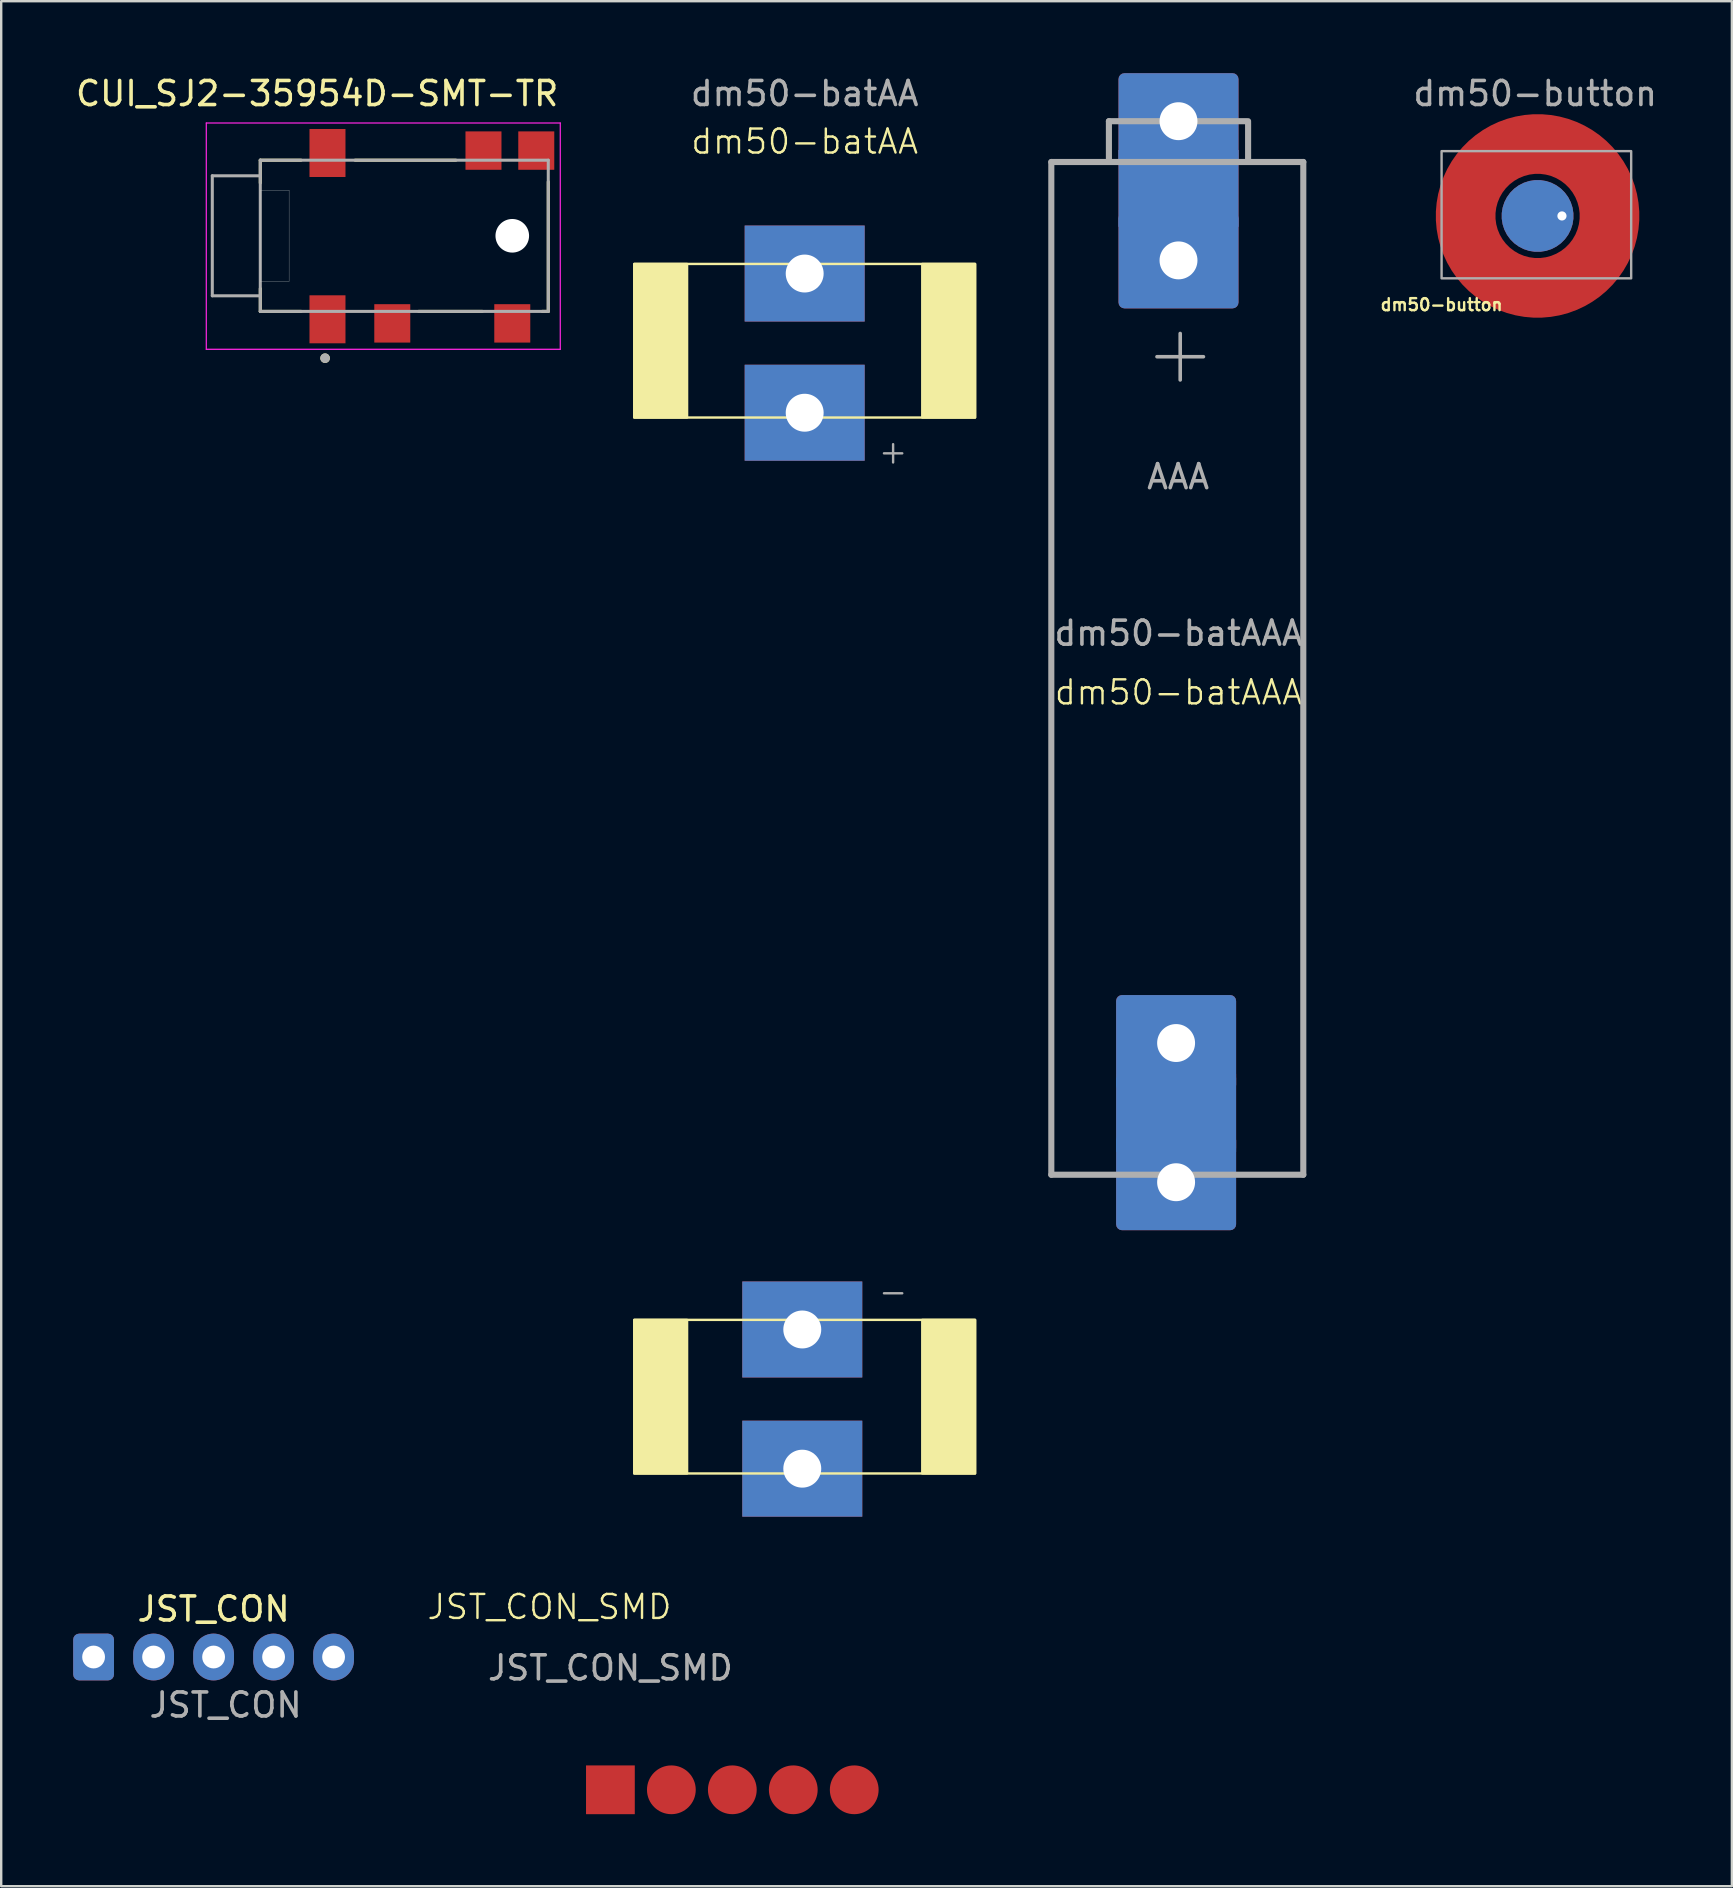
<source format=kicad_pcb>
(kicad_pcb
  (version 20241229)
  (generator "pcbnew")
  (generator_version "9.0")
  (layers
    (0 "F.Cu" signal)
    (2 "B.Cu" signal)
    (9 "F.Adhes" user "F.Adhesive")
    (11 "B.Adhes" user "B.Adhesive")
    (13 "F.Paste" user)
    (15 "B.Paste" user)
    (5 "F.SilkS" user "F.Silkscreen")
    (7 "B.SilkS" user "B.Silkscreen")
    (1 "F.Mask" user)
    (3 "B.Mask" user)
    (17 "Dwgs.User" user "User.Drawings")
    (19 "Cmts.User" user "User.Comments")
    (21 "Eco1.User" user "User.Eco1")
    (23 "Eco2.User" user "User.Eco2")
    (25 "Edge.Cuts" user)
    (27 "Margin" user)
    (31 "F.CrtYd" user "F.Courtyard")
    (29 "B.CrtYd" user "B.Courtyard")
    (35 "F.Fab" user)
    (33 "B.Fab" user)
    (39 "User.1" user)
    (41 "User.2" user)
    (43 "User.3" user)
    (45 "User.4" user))
  (footprint "dm50-button"
    (layer "F.Cu")
    (at 61.019 5.948)
    (property "Reference" "dm50-button" (at -4 3.7 0) (unlocked yes) (layer "F.SilkS") (effects (font (size 0.5 0.5) (thickness 0.1))))
    (attr through_hole)
    (fp_rect (start -4 -2.7) (end 3.9 2.6) (stroke (width 0.1) (type default)) (fill no) (layer "F.Fab"))
    (fp_text user "${REFERENCE}" (at -0.1 -5.1 0) (unlocked yes) (layer "F.Fab") (effects (font (size 1 1) (thickness 0.15))))
    (pad "1" thru_hole custom (at 1.016 0) (size 0.762 0.762) (drill 0.381) (layers "*.Cu" "F.Mask") (options (anchor circle)) (primitives (gr_circle (center -1.016 0) (end 0.381 0) (width 0.2) (fill yes))))
    (pad "2" smd custom (at 0 3.8) (size 0.762 0.762) (layers "F.Cu" "F.Mask") (options (anchor circle)) (primitives (gr_circle (center 0 -3.8) (end 2.997 -3.8) (width 2.489) (fill no)))))
  (footprint "dm50-batAA"
    (layer "F.Cu")
    (at 30.48 8.348)
    (property "Reference" "dm50-batAA" (at 0 -5.5 0) (unlocked yes) (layer "F.SilkS") (effects (font (size 1 1) (thickness 0.1))))
    (attr through_hole)
    (fp_rect (start -7.1 -0.4) (end -4.9 6) (stroke (width 0.1) (type solid)) (fill yes) (layer "F.SilkS"))
    (fp_rect (start -7.1 -0.4) (end 7.1 6) (stroke (width 0.1) (type default)) (fill no) (layer "F.SilkS"))
    (fp_rect (start -7.1 43.6) (end -4.9 50) (stroke (width 0.1) (type solid)) (fill yes) (layer "F.SilkS"))
    (fp_rect (start -7.1 43.6) (end 7.1 50) (stroke (width 0.1) (type default)) (fill no) (layer "F.SilkS"))
    (fp_rect (start 4.9 -0.4) (end 7.1 6) (stroke (width 0.1) (type solid)) (fill yes) (layer "F.SilkS"))
    (fp_rect (start 4.9 43.6) (end 7.1 50) (stroke (width 0.1) (type solid)) (fill yes) (layer "F.SilkS"))
    (fp_text user "${REFERENCE}" (at 0 -7.5 0) (unlocked yes) (layer "F.Fab") (effects (font (size 1 1) (thickness 0.15))))
    (fp_text user "-" (at 3 43 0) (unlocked yes) (layer "F.Fab") (effects (font (size 1 1) (thickness 0.1)) (justify left bottom)))
    (fp_text user "+" (at 3 8 0) (unlocked yes) (layer "F.Fab") (effects (font (size 1 1) (thickness 0.1)) (justify left bottom)))
    (pad "1" thru_hole rect (at 0 0) (size 5 4) (drill 1.58) (layers "*.Cu" "*.Mask"))
    (pad "1" thru_hole rect (at 0 5.8) (size 5 4) (drill 1.58) (layers "*.Cu" "*.Mask"))
    (pad "2" thru_hole rect (at -0.1 44) (size 5 4) (drill 1.58) (layers "*.Cu" "*.Mask"))
    (pad "2" thru_hole rect (at -0.1 49.8) (size 5 4) (drill 1.58) (layers "*.Cu" "*.Mask")))
  (footprint "JST_CON"
    (layer "F.Cu")
    (at 0.85 65.996)
    (property "Reference" "JST_CON" (at 5 -2 0) (layer "F.SilkS") (effects (font (size 1 1) (thickness 0.15))))
    (attr through_hole)
    (fp_text user "${REFERENCE}" (at 5.5 2 0) (layer "F.Fab") (effects (font (size 1 1) (thickness 0.15))))
    (pad "1" thru_hole roundrect (at 0 0) (size 1.7 1.95) (drill 0.95) (layers "*.Cu" "*.Mask") (roundrect_rratio 0.147))
    (pad "2" thru_hole oval (at 2.5 0) (size 1.7 1.95) (drill 0.95) (layers "*.Cu" "*.Mask"))
    (pad "3" thru_hole oval (at 5 0) (size 1.7 1.95) (drill 0.95) (layers "*.Cu" "*.Mask"))
    (pad "4" thru_hole oval (at 7.5 0) (size 1.7 1.95) (drill 0.95) (layers "*.Cu" "*.Mask"))
    (pad "5" thru_hole oval (at 10 0) (size 1.7 1.95) (drill 0.95) (layers "*.Cu" "*.Mask")))
  (footprint "CUI_SJ2-35954D-SMT-TR"
    (layer "F.Cu")
    (at 13.796 6.775)
    (property "Reference" "CUI_SJ2-35954D-SMT-TR" (at -3.631 -5.926 0) (layer "F.SilkS") (effects (font (size 1.002 1.002) (thickness 0.15))))
    (attr smd)
    (fp_line (start -6 -3.15) (end -6 -2.2) (stroke (width 0.127) (type solid)) (layer "F.SilkS"))
    (fp_line (start -6 2.2) (end -6 3.15) (stroke (width 0.127) (type solid)) (layer "F.SilkS"))
    (fp_line (start -6 3.15) (end -4.3 3.15) (stroke (width 0.127) (type solid)) (layer "F.SilkS"))
    (fp_line (start -4.3 -3.15) (end -6 -3.15) (stroke (width 0.127) (type solid)) (layer "F.SilkS"))
    (fp_line (start -2.05 -3.15) (end 2.15 -3.15) (stroke (width 0.127) (type solid)) (layer "F.SilkS"))
    (fp_line (start 0.6 3.15) (end 3.25 3.15) (stroke (width 0.127) (type solid)) (layer "F.SilkS"))
    (fp_line (start 5.75 3.15) (end 6 3.15) (stroke (width 0.127) (type solid)) (layer "F.SilkS"))
    (fp_line (start 6 3.15) (end 6 -2.25) (stroke (width 0.127) (type solid)) (layer "F.SilkS"))
    (fp_circle (center -3.3 5.1) (end -3.2 5.1) (stroke (width 0.2) (type solid)) (fill no) (layer "F.SilkS"))
    (fp_line (start -6 -1.9) (end -4.8 -1.9) (stroke (width 0.01) (type solid)) (layer "Edge.Cuts"))
    (fp_line (start -6 1.9) (end -6 -1.9) (stroke (width 0.01) (type solid)) (layer "Edge.Cuts"))
    (fp_line (start -4.8 -1.9) (end -4.8 1.9) (stroke (width 0.01) (type solid)) (layer "Edge.Cuts"))
    (fp_line (start -4.8 1.9) (end -6 1.9) (stroke (width 0.01) (type solid)) (layer "Edge.Cuts"))
    (fp_line (start -8.25 -4.7) (end 6.5 -4.7) (stroke (width 0.05) (type solid)) (layer "F.CrtYd"))
    (fp_line (start -8.25 4.73) (end -8.25 -4.7) (stroke (width 0.05) (type solid)) (layer "F.CrtYd"))
    (fp_line (start 6.5 -4.7) (end 6.5 4.73) (stroke (width 0.05) (type solid)) (layer "F.CrtYd"))
    (fp_line (start 6.5 4.73) (end -8.25 4.73) (stroke (width 0.05) (type solid)) (layer "F.CrtYd"))
    (fp_line (start -8 -2.5) (end -8 2.5) (stroke (width 0.127) (type solid)) (layer "F.Fab"))
    (fp_line (start -8 2.5) (end -6 2.5) (stroke (width 0.127) (type solid)) (layer "F.Fab"))
    (fp_line (start -6 -3.15) (end 6 -3.15) (stroke (width 0.127) (type solid)) (layer "F.Fab"))
    (fp_line (start -6 -2.5) (end -8 -2.5) (stroke (width 0.127) (type solid)) (layer "F.Fab"))
    (fp_line (start -6 -2.5) (end -6 -3.15) (stroke (width 0.127) (type solid)) (layer "F.Fab"))
    (fp_line (start -6 2.5) (end -6 -2.5) (stroke (width 0.127) (type solid)) (layer "F.Fab"))
    (fp_line (start -6 3.15) (end -6 2.5) (stroke (width 0.127) (type solid)) (layer "F.Fab"))
    (fp_line (start 6 -3.15) (end 6 3.15) (stroke (width 0.127) (type solid)) (layer "F.Fab"))
    (fp_line (start 6 3.15) (end -6 3.15) (stroke (width 0.127) (type solid)) (layer "F.Fab"))
    (fp_circle (center -3.3 5.1) (end -3.2 5.1) (stroke (width 0.2) (type solid)) (fill no) (layer "F.Fab"))
    (pad "" np_thru_hole circle (at 4.5 0) (size 1.4 1.4) (drill 1.4) (layers "*.Cu" "*.Mask"))
    (pad "1" smd rect (at -3.2 3.48) (size 1.5 2) (layers "F.Cu" "F.Mask" "F.Paste"))
    (pad "2" smd rect (at 3.3 -3.55) (size 1.5 1.6) (layers "F.Cu" "F.Mask" "F.Paste"))
    (pad "3" smd rect (at -0.5 3.65) (size 1.5 1.6) (layers "F.Cu" "F.Mask" "F.Paste"))
    (pad "4" smd rect (at -3.2 -3.45) (size 1.5 2) (layers "F.Cu" "F.Mask" "F.Paste"))
    (pad "10" smd rect (at 5.5 -3.55) (size 1.5 1.6) (layers "F.Cu" "F.Mask" "F.Paste"))
    (pad "11" smd rect (at 4.5 3.65) (size 1.5 1.6) (layers "F.Cu" "F.Mask" "F.Paste")))
  (footprint "dm50-batAAA"
    (layer "F.Cu")
    (at 46.057 2)
    (property "Reference" "dm50-batAAA" (at 0 23.8 0) (unlocked yes) (layer "F.SilkS") (effects (font (size 1 1) (thickness 0.1))))
    (attr through_hole)
    (fp_rect (start -2.6 39.7) (end 2.4 42.8) (stroke (width 0) (type solid)) (fill yes) (layer "F.Cu"))
    (fp_rect (start -2.5 1.2) (end 2.5 4.4) (stroke (width 0) (type solid)) (fill yes) (layer "F.Cu"))
    (fp_rect (start -2.6 39.85) (end 2.4 42.95) (stroke (width 0) (type solid)) (fill yes) (layer "B.Cu"))
    (fp_rect (start -2.5 1.2) (end 2.5 4.4) (stroke (width 0) (type solid)) (fill yes) (layer "B.Cu"))
    (fp_line (start -5.3 1.7) (end -5.3 43.9) (stroke (width 0.254) (type default)) (layer "F.Fab"))
    (fp_line (start -5.3 43.9) (end 5.2 43.9) (stroke (width 0.254) (type default)) (layer "F.Fab"))
    (fp_line (start -2.9 0) (end 2.9 0) (stroke (width 0.254) (type default)) (layer "F.Fab"))
    (fp_line (start -2.9 1.7) (end -2.9 0) (stroke (width 0.254) (type default)) (layer "F.Fab"))
    (fp_line (start 2.9 0.05) (end 2.9 1.7) (stroke (width 0.254) (type default)) (layer "F.Fab"))
    (fp_line (start 5.2 1.7) (end -5.3 1.7) (stroke (width 0.254) (type default)) (layer "F.Fab"))
    (fp_line (start 5.2 43.9) (end 5.2 1.7) (stroke (width 0.254) (type default)) (layer "F.Fab"))
    (fp_text user "+" (at -1.6 11.1 0) (unlocked yes) (layer "F.Fab") (effects (font (size 2.54 2.54) (thickness 0.15)) (justify left bottom)))
    (fp_text user "AAA" (at -1.4 15.4 0) (unlocked yes) (layer "F.Fab") (effects (font (size 1 1) (thickness 0.15)) (justify left bottom)))
    (fp_text user "${REFERENCE}" (at 0 21.336 0) (unlocked yes) (layer "F.Fab") (effects (font (size 1 1) (thickness 0.15))))
    (pad "1" thru_hole roundrect (at 0 0) (size 5 4) (drill 1.58) (layers "*.Cu" "*.Mask") (roundrect_rratio 0.062))
    (pad "1" thru_hole roundrect (at 0 5.8) (size 5 4) (drill 1.58) (layers "*.Cu" "*.Mask") (roundrect_rratio 0.062))
    (pad "2" thru_hole roundrect (at -0.1 38.412) (size 5 4) (drill 1.58) (layers "*.Cu" "*.Mask") (roundrect_rratio 0.062))
    (pad "2" thru_hole roundrect (at -0.1 44.212) (size 5 4) (drill 1.58) (layers "*.Cu" "*.Mask") (roundrect_rratio 0.062)))
  (footprint "JST_CON_SMD"
    (layer "F.Cu")
    (at 22.385 71.529)
    (property "Reference" "JST_CON_SMD" (at -2.54 -7.62 0) (unlocked yes) (layer "F.SilkS") (effects (font (size 1 1) (thickness 0.1))))
    (attr smd)
    (fp_text user "${REFERENCE}" (at 0 -5.08 0) (unlocked yes) (layer "F.Fab") (effects (font (size 1 1) (thickness 0.15))))
    (pad "1" smd rect (at 0 0) (size 2.032 2.032) (layers "F.Cu" "F.Mask" "F.Paste"))
    (pad "2" smd circle (at 2.54 0) (size 2.032 2.032) (layers "F.Cu" "F.Mask" "F.Paste"))
    (pad "3" smd circle (at 5.08 0) (size 2.032 2.032) (layers "F.Cu" "F.Mask" "F.Paste"))
    (pad "4" smd circle (at 7.62 0) (size 2.032 2.032) (layers "F.Cu" "F.Mask" "F.Paste"))
    (pad "5" smd circle (at 10.16 0) (size 2.032 2.032) (layers "F.Cu" "F.Mask" "F.Paste")))
  (gr_rect
    (start -3 -3)
    (end 69.116 75.545)
    (stroke (width 0.1) (type default))
    (fill no)
    (layer "Edge.Cuts")))
</source>
